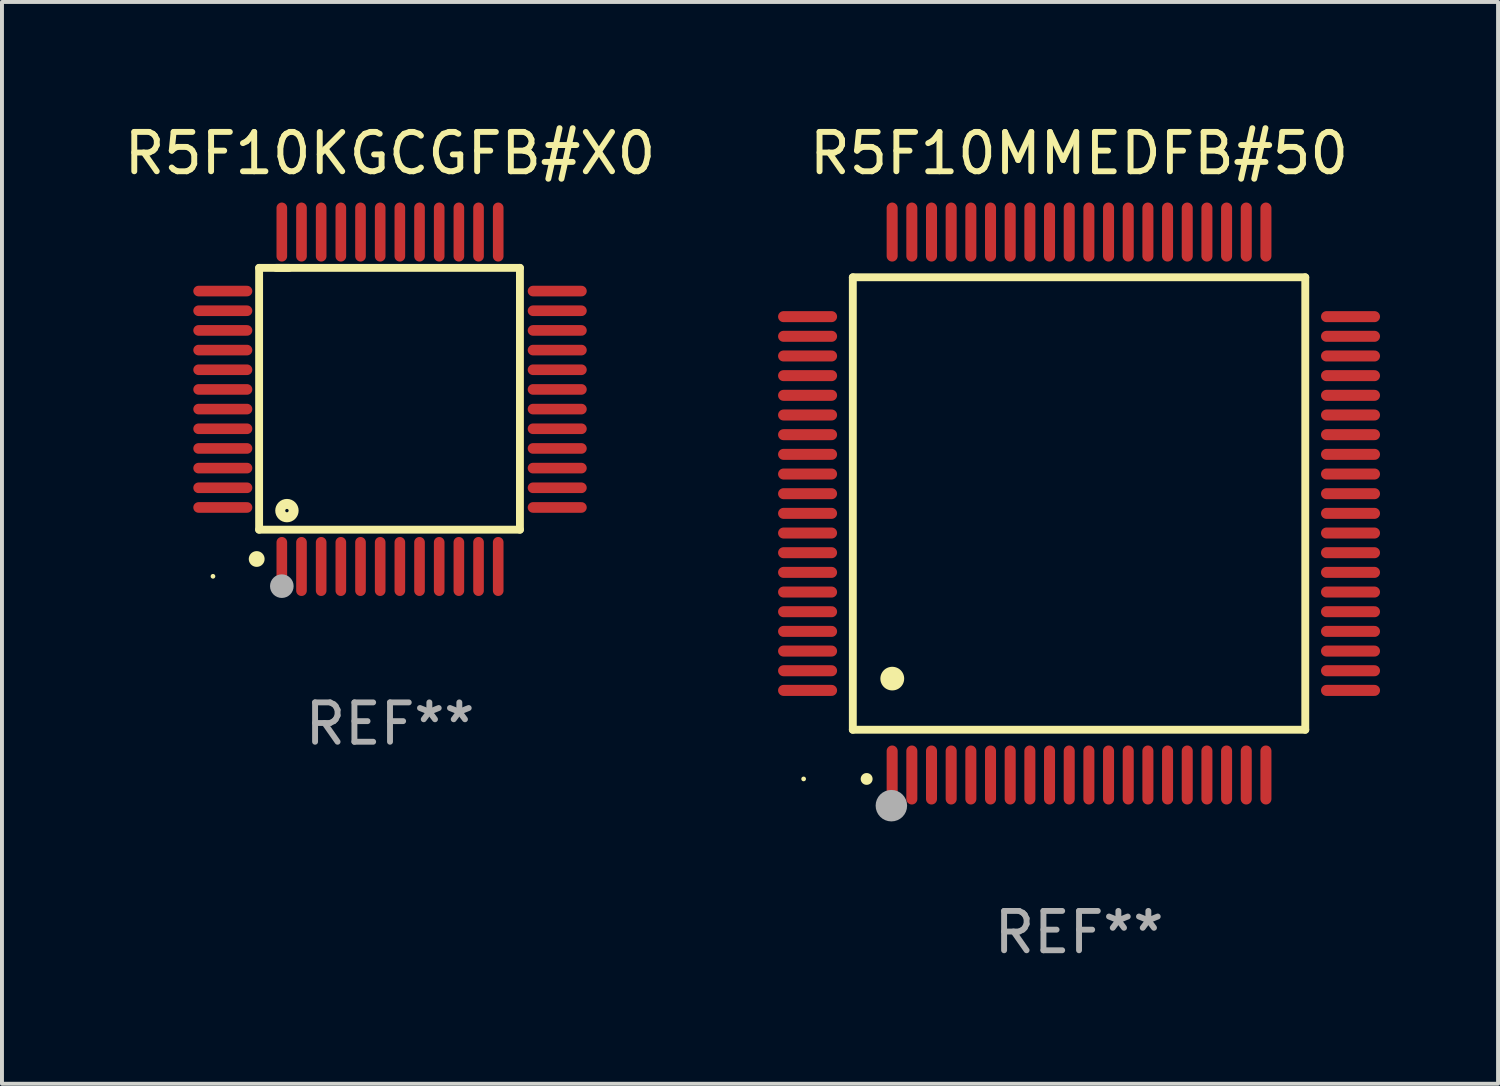
<source format=kicad_pcb>
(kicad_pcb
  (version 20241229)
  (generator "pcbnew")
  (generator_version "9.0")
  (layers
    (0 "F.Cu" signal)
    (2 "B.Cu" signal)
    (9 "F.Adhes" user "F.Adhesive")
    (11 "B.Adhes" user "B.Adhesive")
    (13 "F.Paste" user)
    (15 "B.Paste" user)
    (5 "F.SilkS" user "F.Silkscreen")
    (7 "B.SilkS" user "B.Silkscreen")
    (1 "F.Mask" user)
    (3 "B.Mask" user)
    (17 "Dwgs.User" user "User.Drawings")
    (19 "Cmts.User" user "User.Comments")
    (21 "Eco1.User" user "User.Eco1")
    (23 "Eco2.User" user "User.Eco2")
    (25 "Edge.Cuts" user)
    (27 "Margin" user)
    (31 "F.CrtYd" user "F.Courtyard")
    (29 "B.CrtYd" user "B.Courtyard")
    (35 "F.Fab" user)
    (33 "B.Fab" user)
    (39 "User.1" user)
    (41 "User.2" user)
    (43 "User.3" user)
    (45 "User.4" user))
  (footprint "R5F10KGCGFB#X0"
    (layer "F.Cu")
    (at 6.863 7.098)
    (property "Reference" "R5F10KGCGFB#X0" (at 0 -6.25 0) (layer "F.SilkS") (effects (font (size 1 1) (thickness 0.15))))
    (attr through_hole)
    (fp_line (start -3.327 -3.34) (end -2.565 -3.34) (stroke (width 0.2) (type solid)) (layer "F.SilkS"))
    (fp_line (start -3.327 3.315) (end -3.327 -3.34) (stroke (width 0.2) (type solid)) (layer "F.SilkS"))
    (fp_line (start -2.896 -3.34) (end 3.302 -3.34) (stroke (width 0.2) (type solid)) (layer "F.SilkS"))
    (fp_line (start 3.302 -3.34) (end 3.302 3.315) (stroke (width 0.2) (type solid)) (layer "F.SilkS"))
    (fp_line (start 3.302 3.315) (end -3.327 3.315) (stroke (width 0.2) (type solid)) (layer "F.SilkS"))
    (fp_arc (start -3.389992 4.059995) (mid -3.388722 4.059991) (end -3.387452 4.059995) (stroke (width 0.4) (type solid)) (layer "F.SilkS"))
    (fp_circle (center -4.5 4.5) (end -4.47 4.5) (stroke (width 0.06) (type solid)) (fill no) (layer "F.SilkS"))
    (fp_circle (center -2.62 2.83) (end -2.45 2.83) (stroke (width 0.254) (type solid)) (fill no) (layer "F.SilkS"))
    (fp_circle (center -2.75 4.75) (end -2.6 4.75) (stroke (width 0.3) (type solid)) (fill no) (layer "F.Fab"))
    (fp_text user "REF**" (at 0 8.25 0) (layer "F.Fab") (effects (font (size 1 1) (thickness 0.15))))
    (pad "1" smd oval (at -2.75 4.25) (size 0.27 1.5) (layers "F.Cu" "F.Mask" "F.Paste"))
    (pad "2" smd oval (at -2.25 4.25) (size 0.27 1.5) (layers "F.Cu" "F.Mask" "F.Paste"))
    (pad "3" smd oval (at -1.75 4.25) (size 0.27 1.5) (layers "F.Cu" "F.Mask" "F.Paste"))
    (pad "4" smd oval (at -1.25 4.25) (size 0.27 1.5) (layers "F.Cu" "F.Mask" "F.Paste"))
    (pad "5" smd oval (at -0.75 4.25) (size 0.27 1.5) (layers "F.Cu" "F.Mask" "F.Paste"))
    (pad "6" smd oval (at -0.25 4.25) (size 0.27 1.5) (layers "F.Cu" "F.Mask" "F.Paste"))
    (pad "7" smd oval (at 0.25 4.25) (size 0.27 1.5) (layers "F.Cu" "F.Mask" "F.Paste"))
    (pad "8" smd oval (at 0.75 4.25) (size 0.27 1.5) (layers "F.Cu" "F.Mask" "F.Paste"))
    (pad "9" smd oval (at 1.25 4.25) (size 0.27 1.5) (layers "F.Cu" "F.Mask" "F.Paste"))
    (pad "10" smd oval (at 1.75 4.25) (size 0.27 1.5) (layers "F.Cu" "F.Mask" "F.Paste"))
    (pad "11" smd oval (at 2.25 4.25) (size 0.27 1.5) (layers "F.Cu" "F.Mask" "F.Paste"))
    (pad "12" smd oval (at 2.75 4.25) (size 0.27 1.5) (layers "F.Cu" "F.Mask" "F.Paste"))
    (pad "13" smd oval (at 4.25 2.75) (size 1.5 0.27) (layers "F.Cu" "F.Mask" "F.Paste"))
    (pad "14" smd oval (at 4.25 2.25) (size 1.5 0.27) (layers "F.Cu" "F.Mask" "F.Paste"))
    (pad "15" smd oval (at 4.25 1.75) (size 1.5 0.27) (layers "F.Cu" "F.Mask" "F.Paste"))
    (pad "16" smd oval (at 4.25 1.25) (size 1.5 0.27) (layers "F.Cu" "F.Mask" "F.Paste"))
    (pad "17" smd oval (at 4.25 0.75) (size 1.5 0.27) (layers "F.Cu" "F.Mask" "F.Paste"))
    (pad "18" smd oval (at 4.25 0.25) (size 1.5 0.27) (layers "F.Cu" "F.Mask" "F.Paste"))
    (pad "19" smd oval (at 4.25 -0.25) (size 1.5 0.27) (layers "F.Cu" "F.Mask" "F.Paste"))
    (pad "20" smd oval (at 4.25 -0.75) (size 1.5 0.27) (layers "F.Cu" "F.Mask" "F.Paste"))
    (pad "21" smd oval (at 4.25 -1.25) (size 1.5 0.27) (layers "F.Cu" "F.Mask" "F.Paste"))
    (pad "22" smd oval (at 4.25 -1.75) (size 1.5 0.27) (layers "F.Cu" "F.Mask" "F.Paste"))
    (pad "23" smd oval (at 4.25 -2.25) (size 1.5 0.27) (layers "F.Cu" "F.Mask" "F.Paste"))
    (pad "24" smd oval (at 4.25 -2.75) (size 1.5 0.27) (layers "F.Cu" "F.Mask" "F.Paste"))
    (pad "25" smd oval (at 2.75 -4.25) (size 0.27 1.5) (layers "F.Cu" "F.Mask" "F.Paste"))
    (pad "26" smd oval (at 2.25 -4.25) (size 0.27 1.5) (layers "F.Cu" "F.Mask" "F.Paste"))
    (pad "27" smd oval (at 1.75 -4.25) (size 0.27 1.5) (layers "F.Cu" "F.Mask" "F.Paste"))
    (pad "28" smd oval (at 1.25 -4.25) (size 0.27 1.5) (layers "F.Cu" "F.Mask" "F.Paste"))
    (pad "29" smd oval (at 0.75 -4.25) (size 0.27 1.5) (layers "F.Cu" "F.Mask" "F.Paste"))
    (pad "30" smd oval (at 0.25 -4.25) (size 0.27 1.5) (layers "F.Cu" "F.Mask" "F.Paste"))
    (pad "31" smd oval (at -0.25 -4.25) (size 0.27 1.5) (layers "F.Cu" "F.Mask" "F.Paste"))
    (pad "32" smd oval (at -0.75 -4.25) (size 0.27 1.5) (layers "F.Cu" "F.Mask" "F.Paste"))
    (pad "33" smd oval (at -1.25 -4.25) (size 0.27 1.5) (layers "F.Cu" "F.Mask" "F.Paste"))
    (pad "34" smd oval (at -1.75 -4.25) (size 0.27 1.5) (layers "F.Cu" "F.Mask" "F.Paste"))
    (pad "35" smd oval (at -2.25 -4.25) (size 0.27 1.5) (layers "F.Cu" "F.Mask" "F.Paste"))
    (pad "36" smd oval (at -2.75 -4.25) (size 0.27 1.5) (layers "F.Cu" "F.Mask" "F.Paste"))
    (pad "37" smd oval (at -4.25 -2.75) (size 1.5 0.27) (layers "F.Cu" "F.Mask" "F.Paste"))
    (pad "38" smd oval (at -4.25 -2.25) (size 1.5 0.27) (layers "F.Cu" "F.Mask" "F.Paste"))
    (pad "39" smd oval (at -4.25 -1.75) (size 1.5 0.27) (layers "F.Cu" "F.Mask" "F.Paste"))
    (pad "40" smd oval (at -4.25 -1.25) (size 1.5 0.27) (layers "F.Cu" "F.Mask" "F.Paste"))
    (pad "41" smd oval (at -4.25 -0.75) (size 1.5 0.27) (layers "F.Cu" "F.Mask" "F.Paste"))
    (pad "42" smd oval (at -4.25 -0.25) (size 1.5 0.27) (layers "F.Cu" "F.Mask" "F.Paste"))
    (pad "43" smd oval (at -4.25 0.25) (size 1.5 0.27) (layers "F.Cu" "F.Mask" "F.Paste"))
    (pad "44" smd oval (at -4.25 0.75) (size 1.5 0.27) (layers "F.Cu" "F.Mask" "F.Paste"))
    (pad "45" smd oval (at -4.25 1.25) (size 1.5 0.27) (layers "F.Cu" "F.Mask" "F.Paste"))
    (pad "46" smd oval (at -4.25 1.75) (size 1.5 0.27) (layers "F.Cu" "F.Mask" "F.Paste"))
    (pad "47" smd oval (at -4.25 2.25) (size 1.5 0.27) (layers "F.Cu" "F.Mask" "F.Paste"))
    (pad "48" smd oval (at -4.25 2.75) (size 1.5 0.27) (layers "F.Cu" "F.Mask" "F.Paste")))
  (footprint "R5F10MMEDFB#50"
    (layer "F.Cu")
    (at 24.376 9.748)
    (property "Reference" "R5F10MMEDFB#50" (at 0 -8.9 0) (layer "F.SilkS") (effects (font (size 1 1) (thickness 0.15))))
    (attr through_hole)
    (fp_line (start -5.75 -5.75) (end 5.75 -5.75) (stroke (width 0.2) (type solid)) (layer "F.SilkS"))
    (fp_line (start -5.75 5.75) (end -5.75 -5.75) (stroke (width 0.2) (type solid)) (layer "F.SilkS"))
    (fp_line (start 5.75 -5.75) (end 5.75 5.75) (stroke (width 0.2) (type solid)) (layer "F.SilkS"))
    (fp_line (start 5.75 5.75) (end -5.75 5.75) (stroke (width 0.2) (type solid)) (layer "F.SilkS"))
    (fp_arc (start -5.400051 7.000254) (mid -5.398781 7.000249) (end -5.397511 7.000254) (stroke (width 0.3) (type solid)) (layer "F.SilkS"))
    (fp_arc (start -4.749809 4.450089) (mid -4.747269 4.450078) (end -4.744729 4.450089) (stroke (width 0.6) (type solid)) (layer "F.SilkS"))
    (fp_circle (center -7 7) (end -6.97 7) (stroke (width 0.06) (type solid)) (fill no) (layer "F.SilkS"))
    (fp_circle (center -4.77 7.68) (end -4.57 7.68) (stroke (width 0.4) (type solid)) (fill no) (layer "F.Fab"))
    (fp_text user "REF**" (at 0 10.9 0) (layer "F.Fab") (effects (font (size 1 1) (thickness 0.15))))
    (pad "1" smd oval (at -4.75 6.9) (size 0.28 1.5) (layers "F.Cu" "F.Mask" "F.Paste"))
    (pad "2" smd oval (at -4.25 6.9) (size 0.28 1.5) (layers "F.Cu" "F.Mask" "F.Paste"))
    (pad "3" smd oval (at -3.75 6.9) (size 0.28 1.5) (layers "F.Cu" "F.Mask" "F.Paste"))
    (pad "4" smd oval (at -3.25 6.9) (size 0.28 1.5) (layers "F.Cu" "F.Mask" "F.Paste"))
    (pad "5" smd oval (at -2.75 6.9) (size 0.28 1.5) (layers "F.Cu" "F.Mask" "F.Paste"))
    (pad "6" smd oval (at -2.25 6.9) (size 0.28 1.5) (layers "F.Cu" "F.Mask" "F.Paste"))
    (pad "7" smd oval (at -1.75 6.9) (size 0.28 1.5) (layers "F.Cu" "F.Mask" "F.Paste"))
    (pad "8" smd oval (at -1.25 6.9) (size 0.28 1.5) (layers "F.Cu" "F.Mask" "F.Paste"))
    (pad "9" smd oval (at -0.75 6.9) (size 0.28 1.5) (layers "F.Cu" "F.Mask" "F.Paste"))
    (pad "10" smd oval (at -0.25 6.9) (size 0.28 1.5) (layers "F.Cu" "F.Mask" "F.Paste"))
    (pad "11" smd oval (at 0.25 6.9) (size 0.28 1.5) (layers "F.Cu" "F.Mask" "F.Paste"))
    (pad "12" smd oval (at 0.75 6.9) (size 0.28 1.5) (layers "F.Cu" "F.Mask" "F.Paste"))
    (pad "13" smd oval (at 1.25 6.9) (size 0.28 1.5) (layers "F.Cu" "F.Mask" "F.Paste"))
    (pad "14" smd oval (at 1.75 6.9) (size 0.28 1.5) (layers "F.Cu" "F.Mask" "F.Paste"))
    (pad "15" smd oval (at 2.25 6.9) (size 0.28 1.5) (layers "F.Cu" "F.Mask" "F.Paste"))
    (pad "16" smd oval (at 2.75 6.9) (size 0.28 1.5) (layers "F.Cu" "F.Mask" "F.Paste"))
    (pad "17" smd oval (at 3.25 6.9) (size 0.28 1.5) (layers "F.Cu" "F.Mask" "F.Paste"))
    (pad "18" smd oval (at 3.75 6.9) (size 0.28 1.5) (layers "F.Cu" "F.Mask" "F.Paste"))
    (pad "19" smd oval (at 4.25 6.9) (size 0.28 1.5) (layers "F.Cu" "F.Mask" "F.Paste"))
    (pad "20" smd oval (at 4.75 6.9) (size 0.28 1.5) (layers "F.Cu" "F.Mask" "F.Paste"))
    (pad "21" smd oval (at 6.9 4.75) (size 1.5 0.28) (layers "F.Cu" "F.Mask" "F.Paste"))
    (pad "22" smd oval (at 6.9 4.25) (size 1.5 0.28) (layers "F.Cu" "F.Mask" "F.Paste"))
    (pad "23" smd oval (at 6.9 3.75) (size 1.5 0.28) (layers "F.Cu" "F.Mask" "F.Paste"))
    (pad "24" smd oval (at 6.9 3.25) (size 1.5 0.28) (layers "F.Cu" "F.Mask" "F.Paste"))
    (pad "25" smd oval (at 6.9 2.75) (size 1.5 0.28) (layers "F.Cu" "F.Mask" "F.Paste"))
    (pad "26" smd oval (at 6.9 2.25) (size 1.5 0.28) (layers "F.Cu" "F.Mask" "F.Paste"))
    (pad "27" smd oval (at 6.9 1.75) (size 1.5 0.28) (layers "F.Cu" "F.Mask" "F.Paste"))
    (pad "28" smd oval (at 6.9 1.25) (size 1.5 0.28) (layers "F.Cu" "F.Mask" "F.Paste"))
    (pad "29" smd oval (at 6.9 0.75) (size 1.5 0.28) (layers "F.Cu" "F.Mask" "F.Paste"))
    (pad "30" smd oval (at 6.9 0.25) (size 1.5 0.28) (layers "F.Cu" "F.Mask" "F.Paste"))
    (pad "31" smd oval (at 6.9 -0.25) (size 1.5 0.28) (layers "F.Cu" "F.Mask" "F.Paste"))
    (pad "32" smd oval (at 6.9 -0.75) (size 1.5 0.28) (layers "F.Cu" "F.Mask" "F.Paste"))
    (pad "33" smd oval (at 6.9 -1.25) (size 1.5 0.28) (layers "F.Cu" "F.Mask" "F.Paste"))
    (pad "34" smd oval (at 6.9 -1.75) (size 1.5 0.28) (layers "F.Cu" "F.Mask" "F.Paste"))
    (pad "35" smd oval (at 6.9 -2.25) (size 1.5 0.28) (layers "F.Cu" "F.Mask" "F.Paste"))
    (pad "36" smd oval (at 6.9 -2.75) (size 1.5 0.28) (layers "F.Cu" "F.Mask" "F.Paste"))
    (pad "37" smd oval (at 6.9 -3.25) (size 1.5 0.28) (layers "F.Cu" "F.Mask" "F.Paste"))
    (pad "38" smd oval (at 6.9 -3.75) (size 1.5 0.28) (layers "F.Cu" "F.Mask" "F.Paste"))
    (pad "39" smd oval (at 6.9 -4.25) (size 1.5 0.28) (layers "F.Cu" "F.Mask" "F.Paste"))
    (pad "40" smd oval (at 6.9 -4.75) (size 1.5 0.28) (layers "F.Cu" "F.Mask" "F.Paste"))
    (pad "41" smd oval (at 4.75 -6.9) (size 0.28 1.5) (layers "F.Cu" "F.Mask" "F.Paste"))
    (pad "42" smd oval (at 4.25 -6.9) (size 0.28 1.5) (layers "F.Cu" "F.Mask" "F.Paste"))
    (pad "43" smd oval (at 3.75 -6.9) (size 0.28 1.5) (layers "F.Cu" "F.Mask" "F.Paste"))
    (pad "44" smd oval (at 3.25 -6.9) (size 0.28 1.5) (layers "F.Cu" "F.Mask" "F.Paste"))
    (pad "45" smd oval (at 2.75 -6.9) (size 0.28 1.5) (layers "F.Cu" "F.Mask" "F.Paste"))
    (pad "46" smd oval (at 2.25 -6.9) (size 0.28 1.5) (layers "F.Cu" "F.Mask" "F.Paste"))
    (pad "47" smd oval (at 1.75 -6.9) (size 0.28 1.5) (layers "F.Cu" "F.Mask" "F.Paste"))
    (pad "48" smd oval (at 1.25 -6.9) (size 0.28 1.5) (layers "F.Cu" "F.Mask" "F.Paste"))
    (pad "49" smd oval (at 0.75 -6.9) (size 0.28 1.5) (layers "F.Cu" "F.Mask" "F.Paste"))
    (pad "50" smd oval (at 0.25 -6.9) (size 0.28 1.5) (layers "F.Cu" "F.Mask" "F.Paste"))
    (pad "51" smd oval (at -0.25 -6.9) (size 0.28 1.5) (layers "F.Cu" "F.Mask" "F.Paste"))
    (pad "52" smd oval (at -0.75 -6.9) (size 0.28 1.5) (layers "F.Cu" "F.Mask" "F.Paste"))
    (pad "53" smd oval (at -1.25 -6.9) (size 0.28 1.5) (layers "F.Cu" "F.Mask" "F.Paste"))
    (pad "54" smd oval (at -1.75 -6.9) (size 0.28 1.5) (layers "F.Cu" "F.Mask" "F.Paste"))
    (pad "55" smd oval (at -2.25 -6.9) (size 0.28 1.5) (layers "F.Cu" "F.Mask" "F.Paste"))
    (pad "56" smd oval (at -2.75 -6.9) (size 0.28 1.5) (layers "F.Cu" "F.Mask" "F.Paste"))
    (pad "57" smd oval (at -3.25 -6.9) (size 0.28 1.5) (layers "F.Cu" "F.Mask" "F.Paste"))
    (pad "58" smd oval (at -3.75 -6.9) (size 0.28 1.5) (layers "F.Cu" "F.Mask" "F.Paste"))
    (pad "59" smd oval (at -4.25 -6.9) (size 0.28 1.5) (layers "F.Cu" "F.Mask" "F.Paste"))
    (pad "60" smd oval (at -4.75 -6.9) (size 0.28 1.5) (layers "F.Cu" "F.Mask" "F.Paste"))
    (pad "61" smd oval (at -6.9 -4.75) (size 1.5 0.28) (layers "F.Cu" "F.Mask" "F.Paste"))
    (pad "62" smd oval (at -6.9 -4.25) (size 1.5 0.28) (layers "F.Cu" "F.Mask" "F.Paste"))
    (pad "63" smd oval (at -6.9 -3.75) (size 1.5 0.28) (layers "F.Cu" "F.Mask" "F.Paste"))
    (pad "64" smd oval (at -6.9 -3.25) (size 1.5 0.28) (layers "F.Cu" "F.Mask" "F.Paste"))
    (pad "65" smd oval (at -6.9 -2.75) (size 1.5 0.28) (layers "F.Cu" "F.Mask" "F.Paste"))
    (pad "66" smd oval (at -6.9 -2.25) (size 1.5 0.28) (layers "F.Cu" "F.Mask" "F.Paste"))
    (pad "67" smd oval (at -6.9 -1.75) (size 1.5 0.28) (layers "F.Cu" "F.Mask" "F.Paste"))
    (pad "68" smd oval (at -6.9 -1.25) (size 1.5 0.28) (layers "F.Cu" "F.Mask" "F.Paste"))
    (pad "69" smd oval (at -6.9 -0.75) (size 1.5 0.28) (layers "F.Cu" "F.Mask" "F.Paste"))
    (pad "70" smd oval (at -6.9 -0.25) (size 1.5 0.28) (layers "F.Cu" "F.Mask" "F.Paste"))
    (pad "71" smd oval (at -6.9 0.25) (size 1.5 0.28) (layers "F.Cu" "F.Mask" "F.Paste"))
    (pad "72" smd oval (at -6.9 0.75) (size 1.5 0.28) (layers "F.Cu" "F.Mask" "F.Paste"))
    (pad "73" smd oval (at -6.9 1.25) (size 1.5 0.28) (layers "F.Cu" "F.Mask" "F.Paste"))
    (pad "74" smd oval (at -6.9 1.75) (size 1.5 0.28) (layers "F.Cu" "F.Mask" "F.Paste"))
    (pad "75" smd oval (at -6.9 2.25) (size 1.5 0.28) (layers "F.Cu" "F.Mask" "F.Paste"))
    (pad "76" smd oval (at -6.9 2.75) (size 1.5 0.28) (layers "F.Cu" "F.Mask" "F.Paste"))
    (pad "77" smd oval (at -6.9 3.25) (size 1.5 0.28) (layers "F.Cu" "F.Mask" "F.Paste"))
    (pad "78" smd oval (at -6.9 3.75) (size 1.5 0.28) (layers "F.Cu" "F.Mask" "F.Paste"))
    (pad "79" smd oval (at -6.9 4.25) (size 1.5 0.28) (layers "F.Cu" "F.Mask" "F.Paste"))
    (pad "80" smd oval (at -6.9 4.75) (size 1.5 0.28) (layers "F.Cu" "F.Mask" "F.Paste")))
  (gr_rect
    (start -3 -3)
    (end 35.026 24.496)
    (stroke (width 0.1) (type default))
    (fill no)
    (layer "Edge.Cuts")))
</source>
